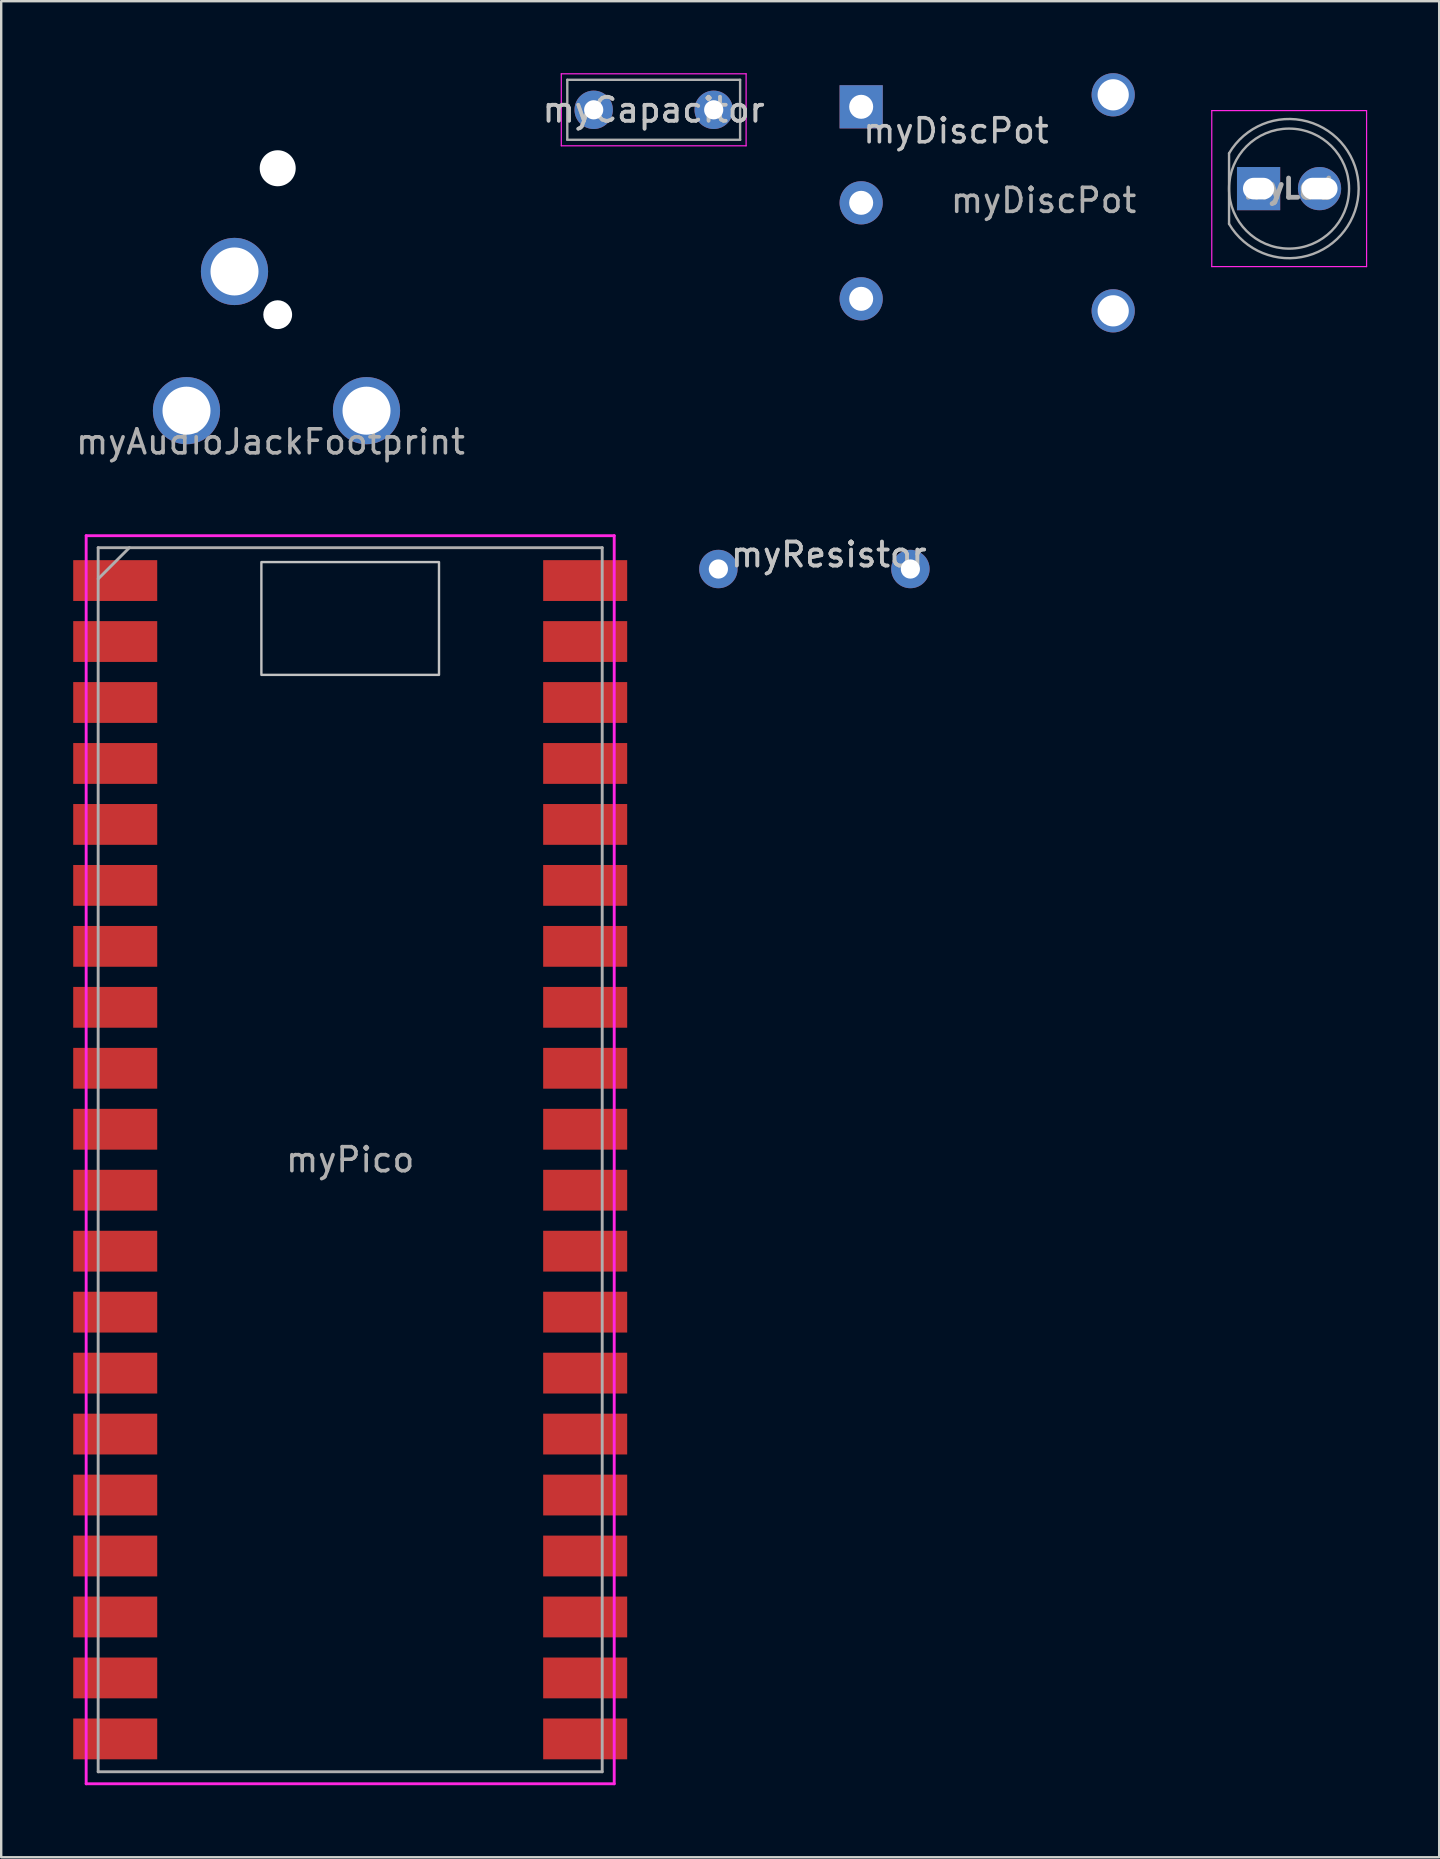
<source format=kicad_pcb>
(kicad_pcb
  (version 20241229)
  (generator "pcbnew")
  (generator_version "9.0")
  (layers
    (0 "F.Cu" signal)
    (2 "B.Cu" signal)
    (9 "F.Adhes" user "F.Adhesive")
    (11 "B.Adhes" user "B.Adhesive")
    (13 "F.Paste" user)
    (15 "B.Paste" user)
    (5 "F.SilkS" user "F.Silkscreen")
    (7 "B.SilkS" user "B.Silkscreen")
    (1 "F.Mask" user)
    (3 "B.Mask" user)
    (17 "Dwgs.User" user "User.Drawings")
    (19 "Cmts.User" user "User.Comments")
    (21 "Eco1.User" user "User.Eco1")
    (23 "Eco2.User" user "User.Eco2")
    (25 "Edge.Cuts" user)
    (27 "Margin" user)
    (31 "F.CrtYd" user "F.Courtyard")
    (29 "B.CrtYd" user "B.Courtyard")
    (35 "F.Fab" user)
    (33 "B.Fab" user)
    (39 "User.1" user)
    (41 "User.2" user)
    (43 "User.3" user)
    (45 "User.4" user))
  (footprint "myAudioJackFootprint"
    (layer "F.Cu")
    (at 8.22 9.06)
    (property "Reference" "myAudioJackFootprint" (at 0 6.3 0) (layer "User.1") (effects (font (size 1 1) (thickness 0.15))))
    (attr through_hole)
    (fp_rect (start -3.5 -7) (end 4 5) (stroke (width 0.12) (type solid)) (fill no) (layer "User.1"))
    (fp_rect (start -2.5 -9) (end 3 -7) (stroke (width 0.12) (type solid)) (fill no) (layer "User.1"))
    (fp_text user "${REFERENCE}" (at 0 6.3 0) (layer "F.Fab") (effects (font (size 1 1) (thickness 0.15))))
    (pad "" np_thru_hole circle (at 0.3 -5.1) (size 1.5 1.5) (drill 1.5) (layers "*.Cu" "*.Mask"))
    (pad "" np_thru_hole circle (at 0.3 1) (size 1.2 1.2) (drill 1.2) (layers "*.Cu" "*.Mask"))
    (pad "R" thru_hole circle (at -1.5 -0.8) (size 2.8 2.8) (drill 2) (layers "*.Cu" "*.Mask"))
    (pad "S" thru_hole circle (at -3.5 5) (size 2.8 2.8) (drill 2) (layers "*.Cu" "*.Mask"))
    (pad "T" thru_hole circle (at 4 5) (size 2.8 2.8) (drill 2) (layers "*.Cu" "*.Mask")))
  (footprint "myDiscPot"
    (layer "F.Cu")
    (at 32.829 1.4)
    (property "Reference" "myDiscPot" (at 3.95 1 180) (layer "Dwgs.User") (effects (font (size 1 1) (thickness 0.15))))
    (attr through_hole)
    (fp_rect (start 0 0) (end 10.9 8) (stroke (width 0.12) (type solid)) (fill no) (layer "User.1"))
    (fp_text user "${REFERENCE}" (at 7.6 3.9 180) (layer "F.Fab") (effects (font (size 1 1) (thickness 0.15))))
    (pad "" thru_hole circle (at 10.5 -0.5 90) (size 1.8 1.8) (drill oval 1.3) (layers "*.Cu" "*.Mask"))
    (pad "" thru_hole circle (at 10.5 8.5 90) (size 1.8 1.8) (drill oval 1.3) (layers "*.Cu" "*.Mask"))
    (pad "1" thru_hole rect (at 0 0 90) (size 1.8 1.8) (drill 1) (layers "*.Cu" "*.Mask"))
    (pad "2" thru_hole circle (at 0 4 90) (size 1.8 1.8) (drill 1) (layers "*.Cu" "*.Mask"))
    (pad "3" thru_hole circle (at 0 8 90) (size 1.8 1.8) (drill 1) (layers "*.Cu" "*.Mask")))
  (footprint "myLed"
    (layer "F.Cu")
    (at 49.386 4.808)
    (property "Reference" "myLed" (at 1.27 -3.96 0) (layer "User.1") (effects (font (size 1 1) (thickness 0.15))))
    (attr through_hole)
    (fp_line (start -1.95 -3.25) (end -1.95 3.25) (stroke (width 0.05) (type solid)) (layer "F.CrtYd"))
    (fp_line (start -1.95 3.25) (end 4.5 3.25) (stroke (width 0.05) (type solid)) (layer "F.CrtYd"))
    (fp_line (start 4.5 -3.25) (end -1.95 -3.25) (stroke (width 0.05) (type solid)) (layer "F.CrtYd"))
    (fp_line (start 4.5 3.25) (end 4.5 -3.25) (stroke (width 0.05) (type solid)) (layer "F.CrtYd"))
    (fp_line (start -1.23 -1.47) (end -1.23 1.47) (stroke (width 0.1) (type solid)) (layer "F.Fab"))
    (fp_arc (start -1.23 -1.469694) (mid 4.17 0.000016) (end -1.230016 1.469666) (stroke (width 0.1) (type solid)) (layer "F.Fab"))
    (fp_circle (center 1.27 0) (end 3.77 0) (stroke (width 0.1) (type solid)) (fill no) (layer "F.Fab"))
    (fp_line (start -1.29 -1.545) (end -1.29 1.545) (stroke (width 0.12) (type solid)) (layer "User.1"))
    (fp_arc (start -1.29 -1.54483) (mid 2.072002 -2.880433) (end 4.26 0.000462) (stroke (width 0.12) (type solid)) (layer "User.1"))
    (fp_arc (start 4.26 -0.000462) (mid 2.072002 2.880433) (end -1.29 1.54483) (stroke (width 0.12) (type solid)) (layer "User.1"))
    (fp_circle (center 1.27 0) (end 3.77 0) (stroke (width 0.12) (type solid)) (fill no) (layer "User.1"))
    (fp_text user "${REFERENCE}" (at 1.25 0 0) (layer "F.Fab") (effects (font (size 0.8 0.8) (thickness 0.2))))
    (pad "1" thru_hole rect (at 0 0) (size 1.8 1.8) (drill oval 1.3 0.9) (layers "*.Cu" "*.Mask"))
    (pad "2" thru_hole circle (at 2.54 0) (size 1.8 1.8) (drill oval 1.5 0.9) (layers "*.Cu" "*.Mask")))
  (footprint "myPico"
    (layer "F.Cu")
    (at 11.54 45.268)
    (property "Reference" "myPico" (at 0 0 180) (layer "User.1") (effects (font (size 1 1) (thickness 0.15))))
    (attr through_hole)
    (fp_poly (pts (xy 3.7 -20.2) (xy -3.7 -20.2) (xy -3.7 -24.9) (xy 3.7 -24.9)) (stroke (width 0.1) (type solid)) (fill no) (layer "Dwgs.User"))
    (fp_line (start -11 -26) (end 11 -26) (stroke (width 0.12) (type solid)) (layer "F.CrtYd"))
    (fp_line (start -11 26) (end -11 -26) (stroke (width 0.12) (type solid)) (layer "F.CrtYd"))
    (fp_line (start 11 -26) (end 11 26) (stroke (width 0.12) (type solid)) (layer "F.CrtYd"))
    (fp_line (start 11 26) (end -11 26) (stroke (width 0.12) (type solid)) (layer "F.CrtYd"))
    (fp_line (start -10.5 -25.5) (end 10.5 -25.5) (stroke (width 0.12) (type solid)) (layer "F.Fab"))
    (fp_line (start -10.5 -24.2) (end -9.2 -25.5) (stroke (width 0.12) (type solid)) (layer "F.Fab"))
    (fp_line (start -10.5 25.5) (end -10.5 -25.5) (stroke (width 0.12) (type solid)) (layer "F.Fab"))
    (fp_line (start 10.5 -25.5) (end 10.5 25.5) (stroke (width 0.12) (type solid)) (layer "F.Fab"))
    (fp_line (start 10.5 25.5) (end -10.5 25.5) (stroke (width 0.12) (type solid)) (layer "F.Fab"))
    (fp_text user "${REFERENCE}" (at 0 0 180) (layer "F.Fab") (effects (font (size 1 1) (thickness 0.15))))
    (pad "1" smd rect (at -8.89 -24.13) (size 3.5 1.7) (drill (offset -0.9 0)) (layers "F.Cu" "F.Mask"))
    (pad "2" smd rect (at -8.89 -21.59) (size 3.5 1.7) (drill (offset -0.9 0)) (layers "F.Cu" "F.Mask"))
    (pad "3" smd rect (at -8.89 -19.05) (size 3.5 1.7) (drill (offset -0.9 0)) (layers "F.Cu" "F.Mask"))
    (pad "4" smd rect (at -8.89 -16.51) (size 3.5 1.7) (drill (offset -0.9 0)) (layers "F.Cu" "F.Mask"))
    (pad "5" smd rect (at -8.89 -13.97) (size 3.5 1.7) (drill (offset -0.9 0)) (layers "F.Cu" "F.Mask"))
    (pad "6" smd rect (at -8.89 -11.43) (size 3.5 1.7) (drill (offset -0.9 0)) (layers "F.Cu" "F.Mask"))
    (pad "7" smd rect (at -8.89 -8.89) (size 3.5 1.7) (drill (offset -0.9 0)) (layers "F.Cu" "F.Mask"))
    (pad "8" smd rect (at -8.89 -6.35) (size 3.5 1.7) (drill (offset -0.9 0)) (layers "F.Cu" "F.Mask"))
    (pad "9" smd rect (at -8.89 -3.81) (size 3.5 1.7) (drill (offset -0.9 0)) (layers "F.Cu" "F.Mask"))
    (pad "10" smd rect (at -8.89 -1.27) (size 3.5 1.7) (drill (offset -0.9 0)) (layers "F.Cu" "F.Mask"))
    (pad "11" smd rect (at -8.89 1.27) (size 3.5 1.7) (drill (offset -0.9 0)) (layers "F.Cu" "F.Mask"))
    (pad "12" smd rect (at -8.89 3.81) (size 3.5 1.7) (drill (offset -0.9 0)) (layers "F.Cu" "F.Mask"))
    (pad "13" smd rect (at -8.89 6.35) (size 3.5 1.7) (drill (offset -0.9 0)) (layers "F.Cu" "F.Mask"))
    (pad "14" smd rect (at -8.89 8.89) (size 3.5 1.7) (drill (offset -0.9 0)) (layers "F.Cu" "F.Mask"))
    (pad "15" smd rect (at -8.89 11.43) (size 3.5 1.7) (drill (offset -0.9 0)) (layers "F.Cu" "F.Mask"))
    (pad "16" smd rect (at -8.89 13.97) (size 3.5 1.7) (drill (offset -0.9 0)) (layers "F.Cu" "F.Mask"))
    (pad "17" smd rect (at -8.89 16.51) (size 3.5 1.7) (drill (offset -0.9 0)) (layers "F.Cu" "F.Mask"))
    (pad "18" smd rect (at -8.89 19.05) (size 3.5 1.7) (drill (offset -0.9 0)) (layers "F.Cu" "F.Mask"))
    (pad "19" smd rect (at -8.89 21.59) (size 3.5 1.7) (drill (offset -0.9 0)) (layers "F.Cu" "F.Mask"))
    (pad "20" smd rect (at -8.89 24.13) (size 3.5 1.7) (drill (offset -0.9 0)) (layers "F.Cu" "F.Mask"))
    (pad "21" smd rect (at 8.89 24.13) (size 3.5 1.7) (drill (offset 0.9 0)) (layers "F.Cu" "F.Mask"))
    (pad "22" smd rect (at 8.89 21.59) (size 3.5 1.7) (drill (offset 0.9 0)) (layers "F.Cu" "F.Mask"))
    (pad "23" smd rect (at 8.89 19.05) (size 3.5 1.7) (drill (offset 0.9 0)) (layers "F.Cu" "F.Mask"))
    (pad "24" smd rect (at 8.89 16.51) (size 3.5 1.7) (drill (offset 0.9 0)) (layers "F.Cu" "F.Mask"))
    (pad "25" smd rect (at 8.89 13.97) (size 3.5 1.7) (drill (offset 0.9 0)) (layers "F.Cu" "F.Mask"))
    (pad "26" smd rect (at 8.89 11.43) (size 3.5 1.7) (drill (offset 0.9 0)) (layers "F.Cu" "F.Mask"))
    (pad "27" smd rect (at 8.89 8.89) (size 3.5 1.7) (drill (offset 0.9 0)) (layers "F.Cu" "F.Mask"))
    (pad "28" smd rect (at 8.89 6.35) (size 3.5 1.7) (drill (offset 0.9 0)) (layers "F.Cu" "F.Mask"))
    (pad "29" smd rect (at 8.89 3.81) (size 3.5 1.7) (drill (offset 0.9 0)) (layers "F.Cu" "F.Mask"))
    (pad "30" smd rect (at 8.89 1.27) (size 3.5 1.7) (drill (offset 0.9 0)) (layers "F.Cu" "F.Mask"))
    (pad "31" smd rect (at 8.89 -1.27) (size 3.5 1.7) (drill (offset 0.9 0)) (layers "F.Cu" "F.Mask"))
    (pad "32" smd rect (at 8.89 -3.81) (size 3.5 1.7) (drill (offset 0.9 0)) (layers "F.Cu" "F.Mask"))
    (pad "33" smd rect (at 8.89 -6.35) (size 3.5 1.7) (drill (offset 0.9 0)) (layers "F.Cu" "F.Mask"))
    (pad "34" smd rect (at 8.89 -8.89) (size 3.5 1.7) (drill (offset 0.9 0)) (layers "F.Cu" "F.Mask"))
    (pad "35" smd rect (at 8.89 -11.43) (size 3.5 1.7) (drill (offset 0.9 0)) (layers "F.Cu" "F.Mask"))
    (pad "36" smd rect (at 8.89 -13.97) (size 3.5 1.7) (drill (offset 0.9 0)) (layers "F.Cu" "F.Mask"))
    (pad "37" smd rect (at 8.89 -16.51) (size 3.5 1.7) (drill (offset 0.9 0)) (layers "F.Cu" "F.Mask"))
    (pad "38" smd rect (at 8.89 -19.05) (size 3.5 1.7) (drill (offset 0.9 0)) (layers "F.Cu" "F.Mask"))
    (pad "39" smd rect (at 8.89 -21.59) (size 3.5 1.7) (drill (offset 0.9 0)) (layers "F.Cu" "F.Mask"))
    (pad "40" smd rect (at 8.89 -24.13) (size 3.5 1.7) (drill (offset 0.9 0)) (layers "F.Cu" "F.Mask")))
  (footprint "myCapacitor"
    (layer "F.Cu")
    (at 21.685 1.525)
    (property "Reference" "myCapacitor" (at 2.5 0 0) (layer "Dwgs.User") (effects (font (size 1 1) (thickness 0.15))))
    (attr through_hole)
    (fp_line (start -1.35 -1.5) (end -1.35 1.5) (stroke (width 0.05) (type solid)) (layer "F.CrtYd"))
    (fp_line (start -1.35 1.5) (end 6.35 1.5) (stroke (width 0.05) (type solid)) (layer "F.CrtYd"))
    (fp_line (start 6.35 -1.5) (end -1.35 -1.5) (stroke (width 0.05) (type solid)) (layer "F.CrtYd"))
    (fp_line (start 6.35 1.5) (end 6.35 -1.5) (stroke (width 0.05) (type solid)) (layer "F.CrtYd"))
    (fp_line (start -1.1 -1.25) (end -1.1 1.25) (stroke (width 0.1) (type solid)) (layer "F.Fab"))
    (fp_line (start -1.1 1.25) (end 6.1 1.25) (stroke (width 0.1) (type solid)) (layer "F.Fab"))
    (fp_line (start 6.1 -1.25) (end -1.1 -1.25) (stroke (width 0.1) (type solid)) (layer "F.Fab"))
    (fp_line (start 6.1 1.25) (end 6.1 -1.25) (stroke (width 0.1) (type solid)) (layer "F.Fab"))
    (fp_text user "${REFERENCE}" (at 2.5 0 0) (layer "F.Fab") (effects (font (size 1 1) (thickness 0.15))))
    (pad "1" thru_hole circle (at 0 0) (size 1.6 1.6) (drill 0.8) (layers "*.Cu" "*.Mask"))
    (pad "2" thru_hole circle (at 5 0) (size 1.6 1.6) (drill 0.8) (layers "*.Cu" "*.Mask")))
  (footprint "myResistor"
    (layer "F.Cu")
    (at 26.88 20.657)
    (property "Reference" "myResistor" (at 4.6 -0.6 0) (layer "Dwgs.User") (effects (font (size 1 1) (thickness 0.15))))
    (attr through_hole)
    (fp_rect (start 0 0.6) (end 8 -0.7) (stroke (width 0.12) (type solid)) (fill no) (layer "User.1"))
    (fp_text user "${REFERENCE}" (at 4.6 -0.6 0) (layer "F.Fab") (effects (font (size 1 1) (thickness 0.15))))
    (pad "1" thru_hole circle (at 0 0) (size 1.6 1.6) (drill 0.8) (layers "*.Cu" "*.Mask"))
    (pad "2" thru_hole circle (at 8 0) (size 1.6 1.6) (drill 0.8) (layers "*.Cu" "*.Mask")))
  (gr_rect
    (start -3 -3)
    (end 56.911 74.328)
    (stroke (width 0.1) (type default))
    (fill no)
    (layer "Edge.Cuts")))
</source>
